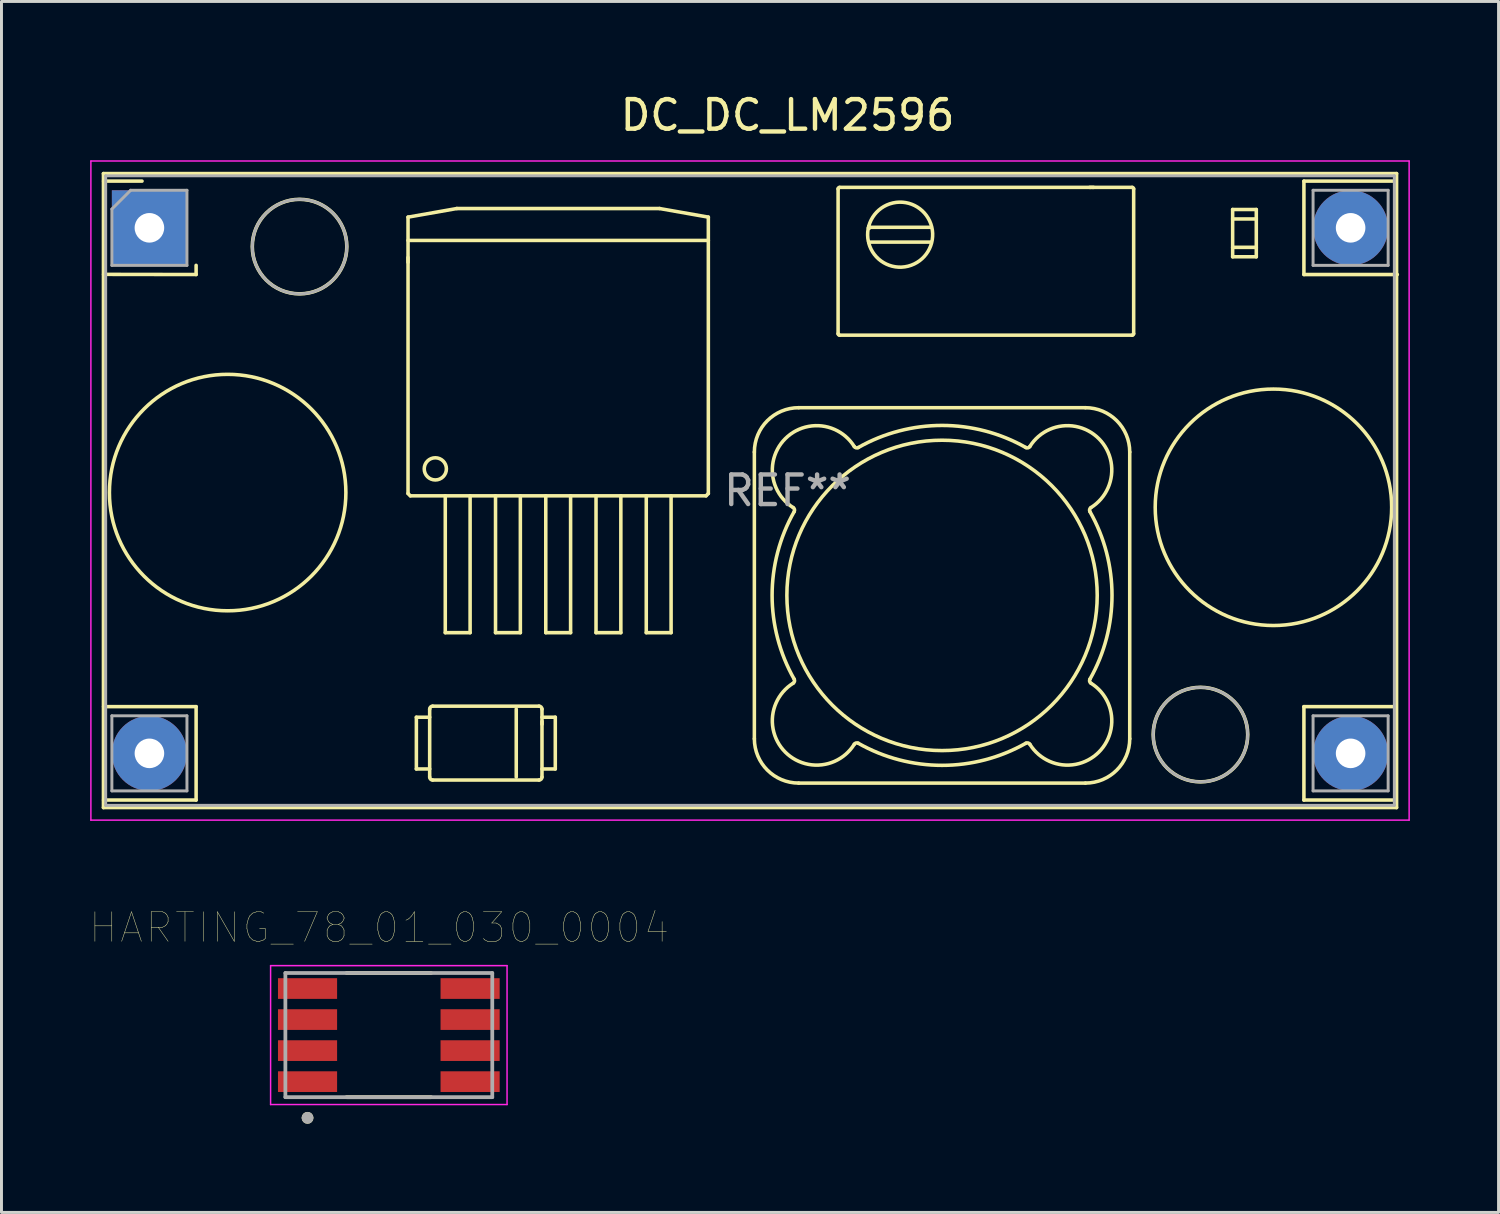
<source format=kicad_pcb>
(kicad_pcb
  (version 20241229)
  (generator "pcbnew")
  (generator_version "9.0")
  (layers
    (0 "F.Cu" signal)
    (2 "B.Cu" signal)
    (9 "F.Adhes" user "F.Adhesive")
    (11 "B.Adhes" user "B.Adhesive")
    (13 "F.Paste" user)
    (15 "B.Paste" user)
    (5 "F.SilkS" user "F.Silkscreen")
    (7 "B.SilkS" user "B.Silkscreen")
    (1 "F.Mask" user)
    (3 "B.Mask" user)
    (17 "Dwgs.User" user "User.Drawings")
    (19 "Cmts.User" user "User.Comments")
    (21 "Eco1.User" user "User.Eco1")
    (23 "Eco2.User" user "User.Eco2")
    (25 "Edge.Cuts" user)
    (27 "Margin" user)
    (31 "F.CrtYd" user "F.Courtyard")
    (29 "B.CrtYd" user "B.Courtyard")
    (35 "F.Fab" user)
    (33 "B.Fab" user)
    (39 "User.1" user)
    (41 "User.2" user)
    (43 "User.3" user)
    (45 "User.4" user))
  (footprint "DC_DC_LM2596"
    (layer "F.Cu")
    (at 2.005 4.658)
    (property "Reference" "DC_DC_LM2596" (at 21.59 -3.81 0) (layer "F.SilkS") (effects (font (size 1 1) (thickness 0.15))))
    (attr through_hole)
    (fp_line (start -1.555 -1.835) (end -1.555 19.615) (stroke (width 0.12) (type solid)) (layer "F.SilkS"))
    (fp_line (start -1.555 19.615) (end 42.195 19.615) (stroke (width 0.12) (type solid)) (layer "F.SilkS"))
    (fp_line (start -1.55 -1.58) (end -0.25 -1.58) (stroke (width 0.12) (type solid)) (layer "F.SilkS"))
    (fp_line (start -1.55 1.575) (end 1.58 1.58) (stroke (width 0.12) (type solid)) (layer "F.SilkS"))
    (fp_line (start -1.55 16.2) (end 1.58 16.2) (stroke (width 0.12) (type solid)) (layer "F.SilkS"))
    (fp_line (start -1.55 19.36) (end 1.58 19.36) (stroke (width 0.12) (type solid)) (layer "F.SilkS"))
    (fp_line (start 1.58 1.27) (end 1.58 1.58) (stroke (width 0.12) (type solid)) (layer "F.SilkS"))
    (fp_line (start 1.58 16.2) (end 1.58 19.36) (stroke (width 0.12) (type solid)) (layer "F.SilkS"))
    (fp_line (start 8.749 1.004) (end 8.749 1.166) (stroke (width 0.12) (type solid)) (layer "F.SilkS"))
    (fp_line (start 8.75 -0.362) (end 10.4 -0.653) (stroke (width 0.12) (type solid)) (layer "F.SilkS"))
    (fp_line (start 8.75 8.989) (end 8.75 -0.362) (stroke (width 0.12) (type solid)) (layer "F.SilkS"))
    (fp_line (start 8.75 8.989) (end 8.828 9.067) (stroke (width 0.12) (type solid)) (layer "F.SilkS"))
    (fp_line (start 8.828 9.067) (end 18.833 9.067) (stroke (width 0.12) (type solid)) (layer "F.SilkS"))
    (fp_line (start 9.032 16.558) (end 9.482 16.558) (stroke (width 0.12) (type solid)) (layer "F.SilkS"))
    (fp_line (start 9.032 18.308) (end 9.032 16.558) (stroke (width 0.12) (type solid)) (layer "F.SilkS"))
    (fp_line (start 9.482 18.308) (end 9.032 18.308) (stroke (width 0.12) (type solid)) (layer "F.SilkS"))
    (fp_line (start 9.482 18.583) (end 9.482 16.283) (stroke (width 0.12) (type solid)) (layer "F.SilkS"))
    (fp_line (start 9.582 16.183) (end 13.182 16.183) (stroke (width 0.12) (type solid)) (layer "F.SilkS"))
    (fp_line (start 10.01 13.697) (end 10.01 9.067) (stroke (width 0.12) (type solid)) (layer "F.SilkS"))
    (fp_line (start 10.01 13.697) (end 10.85 13.697) (stroke (width 0.12) (type solid)) (layer "F.SilkS"))
    (fp_line (start 10.4 -0.653) (end 17.26 -0.653) (stroke (width 0.12) (type solid)) (layer "F.SilkS"))
    (fp_line (start 10.85 13.697) (end 10.85 9.067) (stroke (width 0.12) (type solid)) (layer "F.SilkS"))
    (fp_line (start 11.71 13.697) (end 11.71 9.067) (stroke (width 0.12) (type solid)) (layer "F.SilkS"))
    (fp_line (start 11.71 13.697) (end 12.55 13.697) (stroke (width 0.12) (type solid)) (layer "F.SilkS"))
    (fp_line (start 12.411 16.283) (end 12.411 18.583) (stroke (width 0.12) (type solid)) (layer "F.SilkS"))
    (fp_line (start 12.55 13.697) (end 12.55 9.067) (stroke (width 0.12) (type solid)) (layer "F.SilkS"))
    (fp_line (start 13.182 18.683) (end 9.582 18.683) (stroke (width 0.12) (type solid)) (layer "F.SilkS"))
    (fp_line (start 13.282 16.283) (end 13.282 18.583) (stroke (width 0.12) (type solid)) (layer "F.SilkS"))
    (fp_line (start 13.282 16.558) (end 13.732 16.558) (stroke (width 0.12) (type solid)) (layer "F.SilkS"))
    (fp_line (start 13.283 16.795) (end 13.283 16.7) (stroke (width 0.12) (type solid)) (layer "F.SilkS"))
    (fp_line (start 13.41 13.697) (end 13.41 9.067) (stroke (width 0.12) (type solid)) (layer "F.SilkS"))
    (fp_line (start 13.41 13.697) (end 14.25 13.697) (stroke (width 0.12) (type solid)) (layer "F.SilkS"))
    (fp_line (start 13.732 16.558) (end 13.732 18.308) (stroke (width 0.12) (type solid)) (layer "F.SilkS"))
    (fp_line (start 13.732 18.308) (end 13.282 18.308) (stroke (width 0.12) (type solid)) (layer "F.SilkS"))
    (fp_line (start 14.25 13.697) (end 14.25 9.067) (stroke (width 0.12) (type solid)) (layer "F.SilkS"))
    (fp_line (start 15.11 13.697) (end 15.11 9.067) (stroke (width 0.12) (type solid)) (layer "F.SilkS"))
    (fp_line (start 15.11 13.697) (end 15.95 13.697) (stroke (width 0.12) (type solid)) (layer "F.SilkS"))
    (fp_line (start 15.95 13.697) (end 15.95 9.067) (stroke (width 0.12) (type solid)) (layer "F.SilkS"))
    (fp_line (start 16.81 13.697) (end 16.81 9.067) (stroke (width 0.12) (type solid)) (layer "F.SilkS"))
    (fp_line (start 16.81 13.697) (end 17.65 13.697) (stroke (width 0.12) (type solid)) (layer "F.SilkS"))
    (fp_line (start 17.26 -0.653) (end 18.91 -0.362) (stroke (width 0.12) (type solid)) (layer "F.SilkS"))
    (fp_line (start 17.65 13.697) (end 17.65 9.067) (stroke (width 0.12) (type solid)) (layer "F.SilkS"))
    (fp_line (start 18.833 9.067) (end 18.91 8.989) (stroke (width 0.12) (type solid)) (layer "F.SilkS"))
    (fp_line (start 18.91 0.427) (end 8.75 0.427) (stroke (width 0.12) (type solid)) (layer "F.SilkS"))
    (fp_line (start 18.91 8.989) (end 18.91 -0.362) (stroke (width 0.12) (type solid)) (layer "F.SilkS"))
    (fp_line (start 20.467 7.586) (end 20.467 17.286) (stroke (width 0.12) (type solid)) (layer "F.SilkS"))
    (fp_line (start 21.967 18.786) (end 31.667 18.786) (stroke (width 0.12) (type solid)) (layer "F.SilkS"))
    (fp_line (start 23.3 3.582) (end 23.3 -1.318) (stroke (width 0.12) (type solid)) (layer "F.SilkS"))
    (fp_line (start 23.35 -1.368) (end 33.25 -1.368) (stroke (width 0.12) (type solid)) (layer "F.SilkS"))
    (fp_line (start 24.336 -0.049) (end 24.361 -0.018) (stroke (width 0.12) (type solid)) (layer "F.SilkS"))
    (fp_line (start 24.349 0.007) (end 24.324 0.002) (stroke (width 0.12) (type solid)) (layer "F.SilkS"))
    (fp_line (start 24.349 0.007) (end 24.356 -0.024) (stroke (width 0.12) (type solid)) (layer "F.SilkS"))
    (fp_line (start 24.349 0.007) (end 24.361 -0.018) (stroke (width 0.12) (type solid)) (layer "F.SilkS"))
    (fp_line (start 24.361 0.482) (end 26.439 0.482) (stroke (width 0.12) (type solid)) (layer "F.SilkS"))
    (fp_line (start 26.439 -0.018) (end 24.361 -0.018) (stroke (width 0.12) (type solid)) (layer "F.SilkS"))
    (fp_line (start 31.667 6.086) (end 21.967 6.086) (stroke (width 0.12) (type solid)) (layer "F.SilkS"))
    (fp_line (start 31.859 -1.369) (end 31.814 -1.369) (stroke (width 0.12) (type solid)) (layer "F.SilkS"))
    (fp_line (start 31.942 -1.369) (end 31.908 -1.369) (stroke (width 0.12) (type solid)) (layer "F.SilkS"))
    (fp_line (start 33.167 17.286) (end 33.167 7.586) (stroke (width 0.12) (type solid)) (layer "F.SilkS"))
    (fp_line (start 33.25 3.632) (end 23.35 3.632) (stroke (width 0.12) (type solid)) (layer "F.SilkS"))
    (fp_line (start 33.3 -1.318) (end 33.3 3.582) (stroke (width 0.12) (type solid)) (layer "F.SilkS"))
    (fp_line (start 36.649 -0.3) (end 37.449 -0.3) (stroke (width 0.12) (type solid)) (layer "F.SilkS"))
    (fp_line (start 36.649 0.98) (end 36.649 -0.62) (stroke (width 0.12) (type solid)) (layer "F.SilkS"))
    (fp_line (start 37.449 -0.62) (end 36.649 -0.62) (stroke (width 0.12) (type solid)) (layer "F.SilkS"))
    (fp_line (start 37.449 -0.62) (end 37.449 0.98) (stroke (width 0.12) (type solid)) (layer "F.SilkS"))
    (fp_line (start 37.449 0.66) (end 36.649 0.66) (stroke (width 0.12) (type solid)) (layer "F.SilkS"))
    (fp_line (start 37.449 0.98) (end 36.649 0.98) (stroke (width 0.12) (type solid)) (layer "F.SilkS"))
    (fp_line (start 39.06 -1.58) (end 42.175 -1.58) (stroke (width 0.12) (type solid)) (layer "F.SilkS"))
    (fp_line (start 39.06 1.58) (end 39.06 -1.58) (stroke (width 0.12) (type solid)) (layer "F.SilkS"))
    (fp_line (start 39.06 1.58) (end 42.22 1.58) (stroke (width 0.12) (type solid)) (layer "F.SilkS"))
    (fp_line (start 39.06 16.2) (end 42.175 16.2) (stroke (width 0.12) (type solid)) (layer "F.SilkS"))
    (fp_line (start 39.06 19.36) (end 39.06 16.2) (stroke (width 0.12) (type solid)) (layer "F.SilkS"))
    (fp_line (start 39.06 19.36) (end 42.175 19.36) (stroke (width 0.12) (type solid)) (layer "F.SilkS"))
    (fp_line (start 42.195 -1.835) (end -1.555 -1.835) (stroke (width 0.12) (type solid)) (layer "F.SilkS"))
    (fp_line (start 42.195 19.615) (end 42.195 -1.835) (stroke (width 0.12) (type solid)) (layer "F.SilkS"))
    (fp_arc (start 9.481636 16.283217) (mid 9.510925 16.212506) (end 9.581636 16.183217) (stroke (width 0.12) (type solid)) (layer "F.SilkS"))
    (fp_arc (start 9.581636 18.683217) (mid 9.510925 18.653928) (end 9.481636 18.583217) (stroke (width 0.12) (type solid)) (layer "F.SilkS"))
    (fp_arc (start 13.181636 16.183217) (mid 13.252347 16.212506) (end 13.281636 16.283217) (stroke (width 0.12) (type solid)) (layer "F.SilkS"))
    (fp_arc (start 13.281636 18.583217) (mid 13.252347 18.653928) (end 13.181636 18.683217) (stroke (width 0.12) (type solid)) (layer "F.SilkS"))
    (fp_arc (start 20.467397 7.585796) (mid 20.906737 6.525136) (end 21.967397 6.085796) (stroke (width 0.12) (type solid)) (layer "F.SilkS"))
    (fp_arc (start 21.781131 9.46601) (mid 21.825145 9.526245) (end 21.815218 9.600183) (stroke (width 0.12) (type solid)) (layer "F.SilkS"))
    (fp_arc (start 21.781132 9.466011) (mid 21.514096 7.132496) (end 23.847611 7.399531) (stroke (width 0.12) (type solid)) (layer "F.SilkS"))
    (fp_arc (start 21.815217 15.271409) (mid 21.825145 15.345347) (end 21.781132 15.405582) (stroke (width 0.12) (type solid)) (layer "F.SilkS"))
    (fp_arc (start 21.815218 15.27141) (mid 21.067397 12.435796) (end 21.815218 9.600183) (stroke (width 0.12) (type solid)) (layer "F.SilkS"))
    (fp_arc (start 21.967397 18.785796) (mid 20.906737 18.346456) (end 20.467397 17.285796) (stroke (width 0.12) (type solid)) (layer "F.SilkS"))
    (fp_arc (start 23.299783 -1.317705) (mid 23.314428 -1.35306) (end 23.349783 -1.367705) (stroke (width 0.12) (type solid)) (layer "F.SilkS"))
    (fp_arc (start 23.349783 3.632294) (mid 23.314428 3.617649) (end 23.299783 3.582294) (stroke (width 0.12) (type solid)) (layer "F.SilkS"))
    (fp_arc (start 23.847611 17.472062) (mid 21.514095 17.739097) (end 21.781132 15.405582) (stroke (width 0.12) (type solid)) (layer "F.SilkS"))
    (fp_arc (start 23.847611 17.472062) (mid 23.907845 17.428049) (end 23.981783 17.437976) (stroke (width 0.12) (type solid)) (layer "F.SilkS"))
    (fp_arc (start 23.981783 7.433617) (mid 23.907845 7.443544) (end 23.847611 7.399531) (stroke (width 0.12) (type solid)) (layer "F.SilkS"))
    (fp_arc (start 23.981784 7.433617) (mid 26.817397 6.685796) (end 29.653011 7.433617) (stroke (width 0.12) (type solid)) (layer "F.SilkS"))
    (fp_arc (start 24.324148 0.462527) (mid 26.469605 -0.023594) (end 24.336385 0.51369) (stroke (width 0.12) (type solid)) (layer "F.SilkS"))
    (fp_arc (start 29.653011 17.437976) (mid 26.817397 18.185797) (end 23.981783 17.437976) (stroke (width 0.12) (type solid)) (layer "F.SilkS"))
    (fp_arc (start 29.653011 17.437976) (mid 29.726949 17.428049) (end 29.787183 17.472062) (stroke (width 0.12) (type solid)) (layer "F.SilkS"))
    (fp_arc (start 29.787183 7.399531) (mid 29.726949 7.443544) (end 29.653011 7.433617) (stroke (width 0.12) (type solid)) (layer "F.SilkS"))
    (fp_arc (start 29.787183 7.399531) (mid 32.120699 7.132496) (end 31.853662 9.466011) (stroke (width 0.12) (type solid)) (layer "F.SilkS"))
    (fp_arc (start 31.667397 6.085796) (mid 32.728057 6.525136) (end 33.167397 7.585796) (stroke (width 0.12) (type solid)) (layer "F.SilkS"))
    (fp_arc (start 31.819576 9.600183) (mid 32.567397 12.435796) (end 31.819576 15.27141) (stroke (width 0.12) (type solid)) (layer "F.SilkS"))
    (fp_arc (start 31.819577 9.600184) (mid 31.809649 9.526246) (end 31.853662 9.466011) (stroke (width 0.12) (type solid)) (layer "F.SilkS"))
    (fp_arc (start 31.853662 15.405582) (mid 32.120698 17.739097) (end 29.787183 17.472062) (stroke (width 0.12) (type solid)) (layer "F.SilkS"))
    (fp_arc (start 31.853663 15.405583) (mid 31.809649 15.345348) (end 31.819576 15.27141) (stroke (width 0.12) (type solid)) (layer "F.SilkS"))
    (fp_arc (start 33.167397 17.285796) (mid 32.728057 18.346456) (end 31.667397 18.785796) (stroke (width 0.12) (type solid)) (layer "F.SilkS"))
    (fp_arc (start 33.249783 -1.367705) (mid 33.285138 -1.35306) (end 33.299783 -1.317705) (stroke (width 0.12) (type solid)) (layer "F.SilkS"))
    (fp_arc (start 33.299783 3.582294) (mid 33.285138 3.617649) (end 33.249783 3.632294) (stroke (width 0.12) (type solid)) (layer "F.SilkS"))
    (fp_circle (center 2.647 8.957) (end 6.647 8.957) (stroke (width 0.12) (type solid)) (fill no) (layer "F.SilkS"))
    (fp_circle (center 5.08 0.635) (end 6.679 0.635) (stroke (width 0.12) (type solid)) (fill no) (layer "F.SilkS"))
    (fp_circle (center 9.673 8.155) (end 10.048 8.155) (stroke (width 0.12) (type solid)) (fill no) (layer "F.SilkS"))
    (fp_circle (center 26.817 12.436) (end 32.067 12.436) (stroke (width 0.12) (type solid)) (fill no) (layer "F.SilkS"))
    (fp_circle (center 35.56 17.145) (end 37.159 17.145) (stroke (width 0.12) (type solid)) (fill no) (layer "F.SilkS"))
    (fp_circle (center 38.029 9.455) (end 42.029 9.455) (stroke (width 0.12) (type solid)) (fill no) (layer "F.SilkS"))
    (fp_line (start -1.98 -2.26) (end 42.62 -2.26) (stroke (width 0.05) (type solid)) (layer "F.CrtYd"))
    (fp_line (start -1.98 20.04) (end -1.98 -2.26) (stroke (width 0.05) (type solid)) (layer "F.CrtYd"))
    (fp_line (start 42.62 -2.26) (end 42.62 20.04) (stroke (width 0.05) (type solid)) (layer "F.CrtYd"))
    (fp_line (start 42.62 20.04) (end -1.98 20.04) (stroke (width 0.05) (type solid)) (layer "F.CrtYd"))
    (fp_line (start -1.48 -1.76) (end -1.48 19.54) (stroke (width 0.1) (type solid)) (layer "F.Fab"))
    (fp_line (start -1.48 19.54) (end 42.12 19.54) (stroke (width 0.1) (type solid)) (layer "F.Fab"))
    (fp_line (start -1.27 -0.635) (end -0.635 -1.27) (stroke (width 0.1) (type solid)) (layer "F.Fab"))
    (fp_line (start -1.27 1.27) (end -1.27 -0.635) (stroke (width 0.1) (type solid)) (layer "F.Fab"))
    (fp_line (start -1.27 16.51) (end 1.27 16.51) (stroke (width 0.1) (type solid)) (layer "F.Fab"))
    (fp_line (start -1.27 19.05) (end -1.27 16.51) (stroke (width 0.1) (type solid)) (layer "F.Fab"))
    (fp_line (start -0.635 -1.27) (end 1.27 -1.27) (stroke (width 0.1) (type solid)) (layer "F.Fab"))
    (fp_line (start 1.27 -1.27) (end 1.27 1.27) (stroke (width 0.1) (type solid)) (layer "F.Fab"))
    (fp_line (start 1.27 1.27) (end -1.27 1.27) (stroke (width 0.1) (type solid)) (layer "F.Fab"))
    (fp_line (start 1.27 16.51) (end 1.27 19.05) (stroke (width 0.1) (type solid)) (layer "F.Fab"))
    (fp_line (start 1.27 19.05) (end -1.27 19.05) (stroke (width 0.1) (type solid)) (layer "F.Fab"))
    (fp_line (start 39.37 -1.27) (end 41.91 -1.27) (stroke (width 0.1) (type solid)) (layer "F.Fab"))
    (fp_line (start 39.37 1.27) (end 39.37 -1.27) (stroke (width 0.1) (type solid)) (layer "F.Fab"))
    (fp_line (start 39.37 16.51) (end 41.91 16.51) (stroke (width 0.1) (type solid)) (layer "F.Fab"))
    (fp_line (start 39.37 19.05) (end 39.37 16.51) (stroke (width 0.1) (type solid)) (layer "F.Fab"))
    (fp_line (start 41.91 -1.27) (end 41.91 1.27) (stroke (width 0.1) (type solid)) (layer "F.Fab"))
    (fp_line (start 41.91 1.27) (end 39.37 1.27) (stroke (width 0.1) (type solid)) (layer "F.Fab"))
    (fp_line (start 41.91 16.51) (end 41.91 19.05) (stroke (width 0.1) (type solid)) (layer "F.Fab"))
    (fp_line (start 41.91 19.05) (end 39.37 19.05) (stroke (width 0.1) (type solid)) (layer "F.Fab"))
    (fp_line (start 42.12 -1.76) (end -1.48 -1.76) (stroke (width 0.1) (type solid)) (layer "F.Fab"))
    (fp_line (start 42.12 19.54) (end 42.12 -1.76) (stroke (width 0.1) (type solid)) (layer "F.Fab"))
    (fp_circle (center 5.08 0.635) (end 6.679 0.635) (stroke (width 0.1) (type solid)) (fill no) (layer "F.Fab"))
    (fp_circle (center 35.56 17.145) (end 37.159 17.145) (stroke (width 0.1) (type solid)) (fill no) (layer "F.Fab"))
    (fp_text user "REF**" (at 21.59 8.89 0) (layer "F.Fab") (effects (font (size 1 1) (thickness 0.15))))
    (pad "1" thru_hole rect (at 0 0) (size 2.54 2.54) (drill 1) (layers "*.Cu" "*.Mask"))
    (pad "2" thru_hole circle (at 0 17.78) (size 2.54 2.54) (drill 1) (layers "*.Cu" "*.Mask"))
    (pad "3" thru_hole circle (at 40.64 17.78) (size 2.54 2.54) (drill 1) (layers "*.Cu" "*.Mask"))
    (pad "4" thru_hole circle (at 40.64 0) (size 2.54 2.54) (drill 1) (layers "*.Cu" "*.Mask")))
  (footprint "HARTING_78_01_030_0004"
    (layer "F.Cu")
    (at 10.105 31.97)
    (property "Reference" "HARTING_78_01_030_0004" (at -0.325 -3.635 0) (layer "F.SilkS") (effects (font (size 1 1) (thickness 0.015))))
    (attr through_hole)
    (fp_line (start -1.43 -2.1) (end 1.43 -2.1) (stroke (width 0.127) (type solid)) (layer "F.SilkS"))
    (fp_line (start -1.43 2.1) (end 1.43 2.1) (stroke (width 0.127) (type solid)) (layer "F.SilkS"))
    (fp_circle (center -2.75 2.8) (end -2.65 2.8) (stroke (width 0.2) (type solid)) (fill no) (layer "F.SilkS"))
    (fp_line (start -4 -2.35) (end -4 2.35) (stroke (width 0.05) (type solid)) (layer "F.CrtYd"))
    (fp_line (start -4 2.35) (end 4 2.35) (stroke (width 0.05) (type solid)) (layer "F.CrtYd"))
    (fp_line (start 4 -2.35) (end -4 -2.35) (stroke (width 0.05) (type solid)) (layer "F.CrtYd"))
    (fp_line (start 4 2.35) (end 4 -2.35) (stroke (width 0.05) (type solid)) (layer "F.CrtYd"))
    (fp_line (start -3.5 -2.1) (end -3.5 2.1) (stroke (width 0.127) (type solid)) (layer "F.Fab"))
    (fp_line (start -3.5 2.1) (end 3.5 2.1) (stroke (width 0.127) (type solid)) (layer "F.Fab"))
    (fp_line (start 3.5 -2.1) (end -3.5 -2.1) (stroke (width 0.127) (type solid)) (layer "F.Fab"))
    (fp_line (start 3.5 2.1) (end 3.5 -2.1) (stroke (width 0.127) (type solid)) (layer "F.Fab"))
    (fp_circle (center -2.75 2.8) (end -2.65 2.8) (stroke (width 0.2) (type solid)) (fill no) (layer "F.Fab"))
    (pad "1" smd rect (at -2.75 -1.575) (size 2 0.7) (layers "F.Cu" "F.Mask" "F.Paste"))
    (pad "2" smd rect (at -2.75 -0.525) (size 2 0.7) (layers "F.Cu" "F.Mask" "F.Paste"))
    (pad "3" smd rect (at -2.75 0.525) (size 2 0.7) (layers "F.Cu" "F.Mask" "F.Paste"))
    (pad "4" smd rect (at -2.75 1.575) (size 2 0.7) (layers "F.Cu" "F.Mask" "F.Paste"))
    (pad "5" smd rect (at 2.75 1.575) (size 2 0.7) (layers "F.Cu" "F.Mask" "F.Paste"))
    (pad "6" smd rect (at 2.75 0.525) (size 2 0.7) (layers "F.Cu" "F.Mask" "F.Paste"))
    (pad "7" smd rect (at 2.75 -0.525) (size 2 0.7) (layers "F.Cu" "F.Mask" "F.Paste"))
    (pad "8" smd rect (at 2.75 -1.575) (size 2 0.7) (layers "F.Cu" "F.Mask" "F.Paste")))
  (gr_rect
    (start -3 -3)
    (end 47.65 37.97)
    (stroke (width 0.1) (type default))
    (fill no)
    (layer "Edge.Cuts")))
</source>
